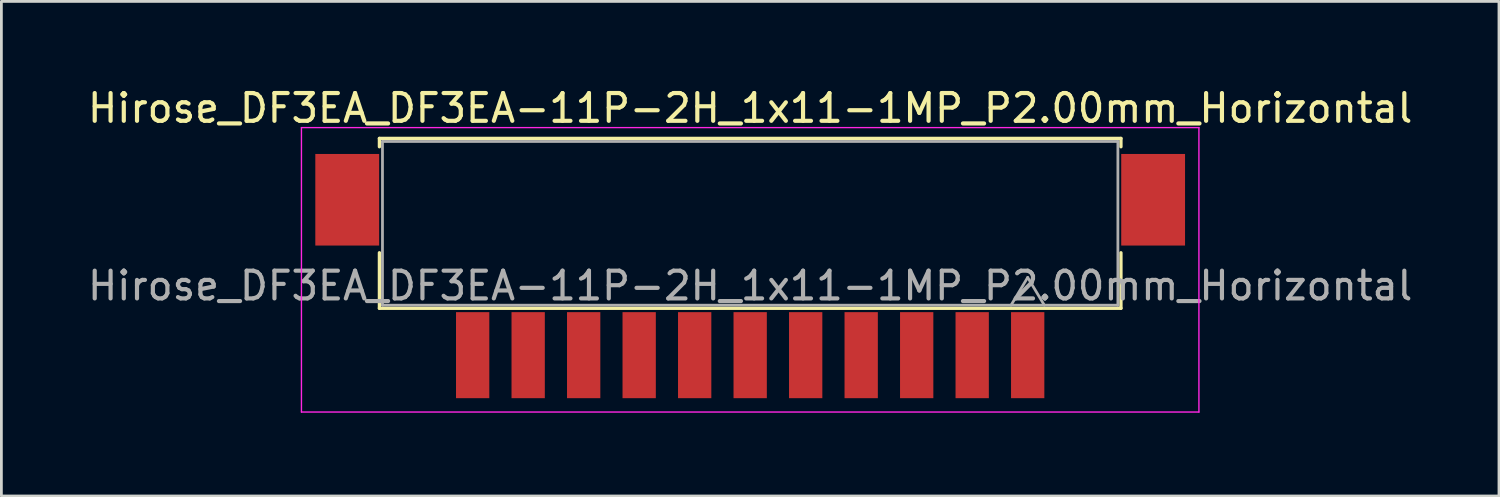
<source format=kicad_pcb>
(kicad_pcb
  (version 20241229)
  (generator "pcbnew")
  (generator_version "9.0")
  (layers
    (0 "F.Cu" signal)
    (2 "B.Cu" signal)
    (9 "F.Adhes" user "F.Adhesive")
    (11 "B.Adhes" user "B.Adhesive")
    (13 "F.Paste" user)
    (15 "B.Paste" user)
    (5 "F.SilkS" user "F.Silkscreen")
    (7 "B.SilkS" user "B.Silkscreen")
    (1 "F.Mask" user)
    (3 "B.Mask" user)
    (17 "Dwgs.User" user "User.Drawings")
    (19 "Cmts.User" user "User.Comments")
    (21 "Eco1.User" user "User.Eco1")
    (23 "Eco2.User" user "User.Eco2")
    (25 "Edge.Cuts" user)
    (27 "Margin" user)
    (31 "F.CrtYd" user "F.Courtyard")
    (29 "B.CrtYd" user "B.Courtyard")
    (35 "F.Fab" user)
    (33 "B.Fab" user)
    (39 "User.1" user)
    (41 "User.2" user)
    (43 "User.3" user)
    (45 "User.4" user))
  (footprint "Hirose_DF3EA_DF3EA-11P-2H_1x11-1MP_P2.00mm_Horizontal"
    (layer "F.Cu")
    (at 23.982 8.198)
    (property "Reference" "Hirose_DF3EA_DF3EA-11P-2H_1x11-1MP_P2.00mm_Horizontal" (at 0 -7.35 0) (layer "F.SilkS") (effects (font (size 1 1) (thickness 0.15))))
    (attr smd)
    (fp_line (start -13.36 -6.26) (end 13.36 -6.26) (stroke (width 0.12) (type solid)) (layer "F.SilkS"))
    (fp_line (start -13.36 -5.96) (end -13.36 -6.26) (stroke (width 0.12) (type solid)) (layer "F.SilkS"))
    (fp_line (start -13.36 -2.14) (end -13.36 -0.14) (stroke (width 0.12) (type solid)) (layer "F.SilkS"))
    (fp_line (start -13.36 -0.14) (end 13.36 -0.14) (stroke (width 0.12) (type solid)) (layer "F.SilkS"))
    (fp_line (start 13.36 -6.26) (end 13.36 -5.96) (stroke (width 0.12) (type solid)) (layer "F.SilkS"))
    (fp_line (start 13.36 -0.14) (end 13.36 -2.14) (stroke (width 0.12) (type solid)) (layer "F.SilkS"))
    (fp_line (start -16.17 -6.65) (end 16.17 -6.65) (stroke (width 0.05) (type solid)) (layer "F.CrtYd"))
    (fp_line (start -16.17 3.6) (end -16.17 -6.65) (stroke (width 0.05) (type solid)) (layer "F.CrtYd"))
    (fp_line (start 16.17 -6.65) (end 16.17 3.6) (stroke (width 0.05) (type solid)) (layer "F.CrtYd"))
    (fp_line (start 16.17 3.6) (end -16.17 3.6) (stroke (width 0.05) (type solid)) (layer "F.CrtYd"))
    (fp_line (start -13.25 -6.15) (end 13.25 -6.15) (stroke (width 0.1) (type solid)) (layer "F.Fab"))
    (fp_line (start -13.25 -0.25) (end -13.25 -6.15) (stroke (width 0.1) (type solid)) (layer "F.Fab"))
    (fp_line (start 9.4 -0.25) (end 10 -1.25) (stroke (width 0.1) (type solid)) (layer "F.Fab"))
    (fp_line (start 10 -1.25) (end 10.6 -0.25) (stroke (width 0.1) (type solid)) (layer "F.Fab"))
    (fp_line (start 13.25 -6.15) (end 13.25 -0.25) (stroke (width 0.1) (type solid)) (layer "F.Fab"))
    (fp_line (start 13.25 -0.25) (end -13.25 -0.25) (stroke (width 0.1) (type solid)) (layer "F.Fab"))
    (fp_text user "${REFERENCE}" (at 0 -0.95 0) (layer "F.Fab") (effects (font (size 1 1) (thickness 0.15))))
    (pad "" smd rect (at -14.52 -4.05) (size 2.3 3.3) (layers "F.Cu" "F.Mask" "F.Paste"))
    (pad "" smd rect (at 14.52 -4.05) (size 2.3 3.3) (layers "F.Cu" "F.Mask" "F.Paste"))
    (pad "1" smd rect (at 10 1.55) (size 1.2 3.1) (layers "F.Cu" "F.Mask" "F.Paste"))
    (pad "2" smd rect (at 8 1.55) (size 1.2 3.1) (layers "F.Cu" "F.Mask" "F.Paste"))
    (pad "3" smd rect (at 6 1.55) (size 1.2 3.1) (layers "F.Cu" "F.Mask" "F.Paste"))
    (pad "4" smd rect (at 4 1.55) (size 1.2 3.1) (layers "F.Cu" "F.Mask" "F.Paste"))
    (pad "5" smd rect (at 2 1.55) (size 1.2 3.1) (layers "F.Cu" "F.Mask" "F.Paste"))
    (pad "6" smd rect (at 0 1.55) (size 1.2 3.1) (layers "F.Cu" "F.Mask" "F.Paste"))
    (pad "7" smd rect (at -2 1.55) (size 1.2 3.1) (layers "F.Cu" "F.Mask" "F.Paste"))
    (pad "8" smd rect (at -4 1.55) (size 1.2 3.1) (layers "F.Cu" "F.Mask" "F.Paste"))
    (pad "9" smd rect (at -6 1.55) (size 1.2 3.1) (layers "F.Cu" "F.Mask" "F.Paste"))
    (pad "10" smd rect (at -8 1.55) (size 1.2 3.1) (layers "F.Cu" "F.Mask" "F.Paste"))
    (pad "11" smd rect (at -10 1.55) (size 1.2 3.1) (layers "F.Cu" "F.Mask" "F.Paste")))
  (gr_rect
    (start -3 -3)
    (end 50.964 14.823)
    (stroke (width 0.1) (type default))
    (fill no)
    (layer "Edge.Cuts")))
</source>
